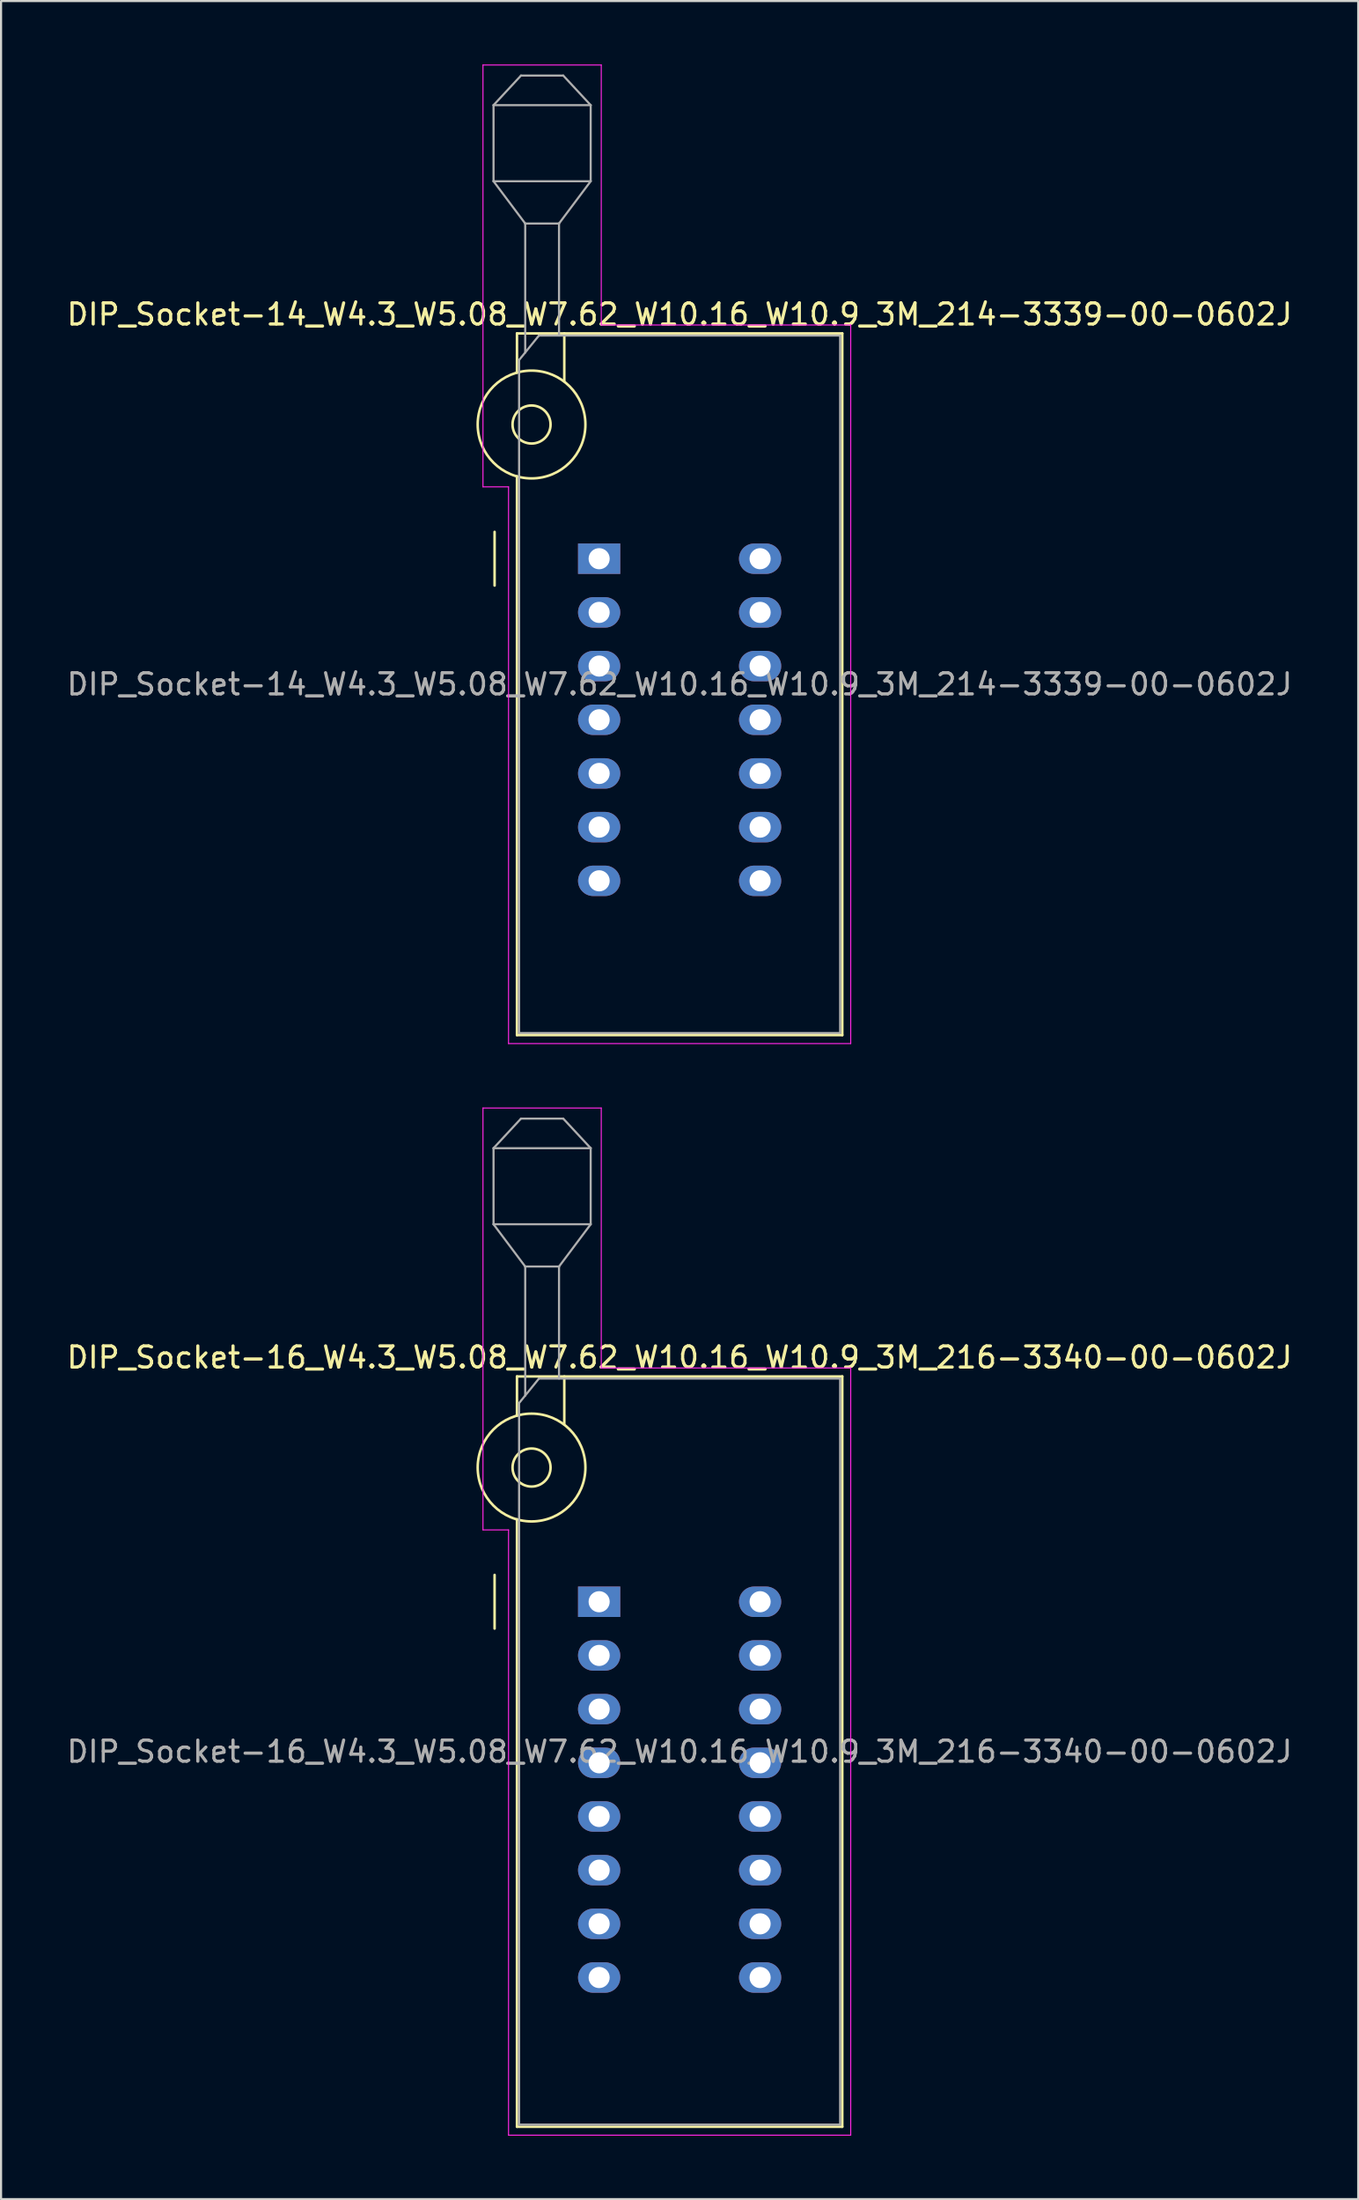
<source format=kicad_pcb>
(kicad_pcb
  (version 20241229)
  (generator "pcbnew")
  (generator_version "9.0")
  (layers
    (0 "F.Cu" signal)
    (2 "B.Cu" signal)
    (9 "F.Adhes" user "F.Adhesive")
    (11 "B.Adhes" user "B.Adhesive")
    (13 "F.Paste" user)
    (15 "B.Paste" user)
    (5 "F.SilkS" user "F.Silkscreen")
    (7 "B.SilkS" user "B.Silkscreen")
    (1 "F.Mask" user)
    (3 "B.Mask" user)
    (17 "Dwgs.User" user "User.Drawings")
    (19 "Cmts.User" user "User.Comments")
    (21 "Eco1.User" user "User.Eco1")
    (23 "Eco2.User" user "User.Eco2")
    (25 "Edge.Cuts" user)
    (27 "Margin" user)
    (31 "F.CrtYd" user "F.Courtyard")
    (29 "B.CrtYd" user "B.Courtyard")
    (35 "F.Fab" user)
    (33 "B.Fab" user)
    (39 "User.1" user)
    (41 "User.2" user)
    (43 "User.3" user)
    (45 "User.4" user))
  (footprint "DIP_Socket-16_W4.3_W5.08_W7.62_W10.16_W10.9_3M_216-3340-00-0602J"
    (layer "F.Cu")
    (at 25.315 72.735)
    (property "Reference" "DIP_Socket-16_W4.3_W5.08_W7.62_W10.16_W10.9_3M_216-3340-00-0602J" (at 3.81 -11.56 0) (layer "F.SilkS") (effects (font (size 1 1) (thickness 0.15))))
    (attr through_hole)
    (fp_line (start -4.95 1.27) (end -4.95 -1.27) (stroke (width 0.12) (type solid)) (layer "F.SilkS"))
    (fp_line (start -3.89 -10.66) (end -3.89 -8.8) (stroke (width 0.12) (type solid)) (layer "F.SilkS"))
    (fp_line (start -3.89 -3.9) (end -3.89 24.84) (stroke (width 0.12) (type solid)) (layer "F.SilkS"))
    (fp_line (start -3.89 24.84) (end 11.51 24.84) (stroke (width 0.12) (type solid)) (layer "F.SilkS"))
    (fp_line (start -1.65 -10.66) (end -1.65 -8.4) (stroke (width 0.12) (type solid)) (layer "F.SilkS"))
    (fp_line (start 11.51 -10.66) (end -3.89 -10.66) (stroke (width 0.12) (type solid)) (layer "F.SilkS"))
    (fp_line (start 11.51 24.84) (end 11.51 -10.66) (stroke (width 0.12) (type solid)) (layer "F.SilkS"))
    (fp_circle (center -3.2 -6.35) (end -2.3 -6.35) (stroke (width 0.12) (type solid)) (fill no) (layer "F.SilkS"))
    (fp_circle (center -3.2 -6.35) (end -0.65 -6.35) (stroke (width 0.12) (type solid)) (fill no) (layer "F.SilkS"))
    (fp_line (start -5.5 -23.36) (end 0.1 -23.36) (stroke (width 0.05) (type solid)) (layer "F.CrtYd"))
    (fp_line (start -5.5 -3.4) (end -5.5 -23.36) (stroke (width 0.05) (type solid)) (layer "F.CrtYd"))
    (fp_line (start -4.29 -3.4) (end -5.5 -3.4) (stroke (width 0.05) (type solid)) (layer "F.CrtYd"))
    (fp_line (start -4.29 25.24) (end -4.29 -3.4) (stroke (width 0.05) (type solid)) (layer "F.CrtYd"))
    (fp_line (start 0.1 -23.36) (end 0.1 -11.06) (stroke (width 0.05) (type solid)) (layer "F.CrtYd"))
    (fp_line (start 0.1 -11.06) (end 11.91 -11.06) (stroke (width 0.05) (type solid)) (layer "F.CrtYd"))
    (fp_line (start 11.91 -11.06) (end 11.91 25.24) (stroke (width 0.05) (type solid)) (layer "F.CrtYd"))
    (fp_line (start 11.91 25.24) (end -4.29 25.24) (stroke (width 0.05) (type solid)) (layer "F.CrtYd"))
    (fp_line (start -5 -21.46) (end -5 -17.86) (stroke (width 0.1) (type solid)) (layer "F.Fab"))
    (fp_line (start -5 -21.46) (end -3.7 -22.86) (stroke (width 0.1) (type solid)) (layer "F.Fab"))
    (fp_line (start -5 -17.86) (end -3.5 -15.86) (stroke (width 0.1) (type solid)) (layer "F.Fab"))
    (fp_line (start -5 -17.86) (end -0.4 -17.86) (stroke (width 0.1) (type solid)) (layer "F.Fab"))
    (fp_line (start -3.79 -9.4) (end -2.85 -10.56) (stroke (width 0.1) (type solid)) (layer "F.Fab"))
    (fp_line (start -3.79 24.74) (end -3.79 -9.4) (stroke (width 0.1) (type solid)) (layer "F.Fab"))
    (fp_line (start -3.7 -22.86) (end -1.7 -22.86) (stroke (width 0.1) (type solid)) (layer "F.Fab"))
    (fp_line (start -3.5 -15.86) (end -1.9 -15.86) (stroke (width 0.1) (type solid)) (layer "F.Fab"))
    (fp_line (start -3.5 -9.75) (end -3.5 -15.86) (stroke (width 0.1) (type solid)) (layer "F.Fab"))
    (fp_line (start -2.85 -10.56) (end 11.41 -10.56) (stroke (width 0.1) (type solid)) (layer "F.Fab"))
    (fp_line (start -1.9 -15.86) (end -1.9 -10.56) (stroke (width 0.1) (type solid)) (layer "F.Fab"))
    (fp_line (start -1.7 -22.86) (end -0.4 -21.46) (stroke (width 0.1) (type solid)) (layer "F.Fab"))
    (fp_line (start -0.4 -21.46) (end -5 -21.46) (stroke (width 0.1) (type solid)) (layer "F.Fab"))
    (fp_line (start -0.4 -17.86) (end -1.9 -15.86) (stroke (width 0.1) (type solid)) (layer "F.Fab"))
    (fp_line (start -0.4 -17.86) (end -0.4 -21.46) (stroke (width 0.1) (type solid)) (layer "F.Fab"))
    (fp_line (start 11.41 -10.56) (end 11.41 24.74) (stroke (width 0.1) (type solid)) (layer "F.Fab"))
    (fp_line (start 11.41 24.74) (end -3.79 24.74) (stroke (width 0.1) (type solid)) (layer "F.Fab"))
    (fp_text user "${REFERENCE}" (at 3.81 7.09 0) (layer "F.Fab") (effects (font (size 1 1) (thickness 0.15))))
    (pad "1" thru_hole rect (at 0 0) (size 2 1.44) (drill 1) (layers "*.Cu" "*.Mask"))
    (pad "2" thru_hole oval (at 0 2.54) (size 2 1.44) (drill 1) (layers "*.Cu" "*.Mask"))
    (pad "3" thru_hole oval (at 0 5.08) (size 2 1.44) (drill 1) (layers "*.Cu" "*.Mask"))
    (pad "4" thru_hole oval (at 0 7.62) (size 2 1.44) (drill 1) (layers "*.Cu" "*.Mask"))
    (pad "5" thru_hole oval (at 0 10.16) (size 2 1.44) (drill 1) (layers "*.Cu" "*.Mask"))
    (pad "6" thru_hole oval (at 0 12.7) (size 2 1.44) (drill 1) (layers "*.Cu" "*.Mask"))
    (pad "7" thru_hole oval (at 0 15.24) (size 2 1.44) (drill 1) (layers "*.Cu" "*.Mask"))
    (pad "8" thru_hole oval (at 0 17.78) (size 2 1.44) (drill 1) (layers "*.Cu" "*.Mask"))
    (pad "9" thru_hole oval (at 7.62 17.78) (size 2 1.44) (drill 1) (layers "*.Cu" "*.Mask"))
    (pad "10" thru_hole oval (at 7.62 15.24) (size 2 1.44) (drill 1) (layers "*.Cu" "*.Mask"))
    (pad "11" thru_hole oval (at 7.62 12.7) (size 2 1.44) (drill 1) (layers "*.Cu" "*.Mask"))
    (pad "12" thru_hole oval (at 7.62 10.16) (size 2 1.44) (drill 1) (layers "*.Cu" "*.Mask"))
    (pad "13" thru_hole oval (at 7.62 7.62) (size 2 1.44) (drill 1) (layers "*.Cu" "*.Mask"))
    (pad "14" thru_hole oval (at 7.62 5.08) (size 2 1.44) (drill 1) (layers "*.Cu" "*.Mask"))
    (pad "15" thru_hole oval (at 7.62 2.54) (size 2 1.44) (drill 1) (layers "*.Cu" "*.Mask"))
    (pad "16" thru_hole oval (at 7.62 0) (size 2 1.44) (drill 1) (layers "*.Cu" "*.Mask")))
  (footprint "DIP_Socket-14_W4.3_W5.08_W7.62_W10.16_W10.9_3M_214-3339-00-0602J"
    (layer "F.Cu")
    (at 25.315 23.385)
    (property "Reference" "DIP_Socket-14_W4.3_W5.08_W7.62_W10.16_W10.9_3M_214-3339-00-0602J" (at 3.81 -11.56 0) (layer "F.SilkS") (effects (font (size 1 1) (thickness 0.15))))
    (attr through_hole)
    (fp_line (start -4.95 1.27) (end -4.95 -1.27) (stroke (width 0.12) (type solid)) (layer "F.SilkS"))
    (fp_line (start -3.89 -10.66) (end -3.89 -8.8) (stroke (width 0.12) (type solid)) (layer "F.SilkS"))
    (fp_line (start -3.89 -3.9) (end -3.89 22.54) (stroke (width 0.12) (type solid)) (layer "F.SilkS"))
    (fp_line (start -3.89 22.54) (end 11.51 22.54) (stroke (width 0.12) (type solid)) (layer "F.SilkS"))
    (fp_line (start -1.65 -10.66) (end -1.65 -8.4) (stroke (width 0.12) (type solid)) (layer "F.SilkS"))
    (fp_line (start 11.51 -10.66) (end -3.89 -10.66) (stroke (width 0.12) (type solid)) (layer "F.SilkS"))
    (fp_line (start 11.51 22.54) (end 11.51 -10.66) (stroke (width 0.12) (type solid)) (layer "F.SilkS"))
    (fp_circle (center -3.2 -6.35) (end -2.3 -6.35) (stroke (width 0.12) (type solid)) (fill no) (layer "F.SilkS"))
    (fp_circle (center -3.2 -6.35) (end -0.65 -6.35) (stroke (width 0.12) (type solid)) (fill no) (layer "F.SilkS"))
    (fp_line (start -5.5 -23.36) (end 0.1 -23.36) (stroke (width 0.05) (type solid)) (layer "F.CrtYd"))
    (fp_line (start -5.5 -3.4) (end -5.5 -23.36) (stroke (width 0.05) (type solid)) (layer "F.CrtYd"))
    (fp_line (start -4.29 -3.4) (end -5.5 -3.4) (stroke (width 0.05) (type solid)) (layer "F.CrtYd"))
    (fp_line (start -4.29 22.94) (end -4.29 -3.4) (stroke (width 0.05) (type solid)) (layer "F.CrtYd"))
    (fp_line (start 0.1 -23.36) (end 0.1 -11.06) (stroke (width 0.05) (type solid)) (layer "F.CrtYd"))
    (fp_line (start 0.1 -11.06) (end 11.91 -11.06) (stroke (width 0.05) (type solid)) (layer "F.CrtYd"))
    (fp_line (start 11.91 -11.06) (end 11.91 22.94) (stroke (width 0.05) (type solid)) (layer "F.CrtYd"))
    (fp_line (start 11.91 22.94) (end -4.29 22.94) (stroke (width 0.05) (type solid)) (layer "F.CrtYd"))
    (fp_line (start -5 -21.46) (end -5 -17.86) (stroke (width 0.1) (type solid)) (layer "F.Fab"))
    (fp_line (start -5 -21.46) (end -3.7 -22.86) (stroke (width 0.1) (type solid)) (layer "F.Fab"))
    (fp_line (start -5 -17.86) (end -3.5 -15.86) (stroke (width 0.1) (type solid)) (layer "F.Fab"))
    (fp_line (start -5 -17.86) (end -0.4 -17.86) (stroke (width 0.1) (type solid)) (layer "F.Fab"))
    (fp_line (start -3.79 -9.4) (end -2.85 -10.56) (stroke (width 0.1) (type solid)) (layer "F.Fab"))
    (fp_line (start -3.79 22.44) (end -3.79 -9.4) (stroke (width 0.1) (type solid)) (layer "F.Fab"))
    (fp_line (start -3.7 -22.86) (end -1.7 -22.86) (stroke (width 0.1) (type solid)) (layer "F.Fab"))
    (fp_line (start -3.5 -15.86) (end -1.9 -15.86) (stroke (width 0.1) (type solid)) (layer "F.Fab"))
    (fp_line (start -3.5 -9.75) (end -3.5 -15.86) (stroke (width 0.1) (type solid)) (layer "F.Fab"))
    (fp_line (start -2.85 -10.56) (end 11.41 -10.56) (stroke (width 0.1) (type solid)) (layer "F.Fab"))
    (fp_line (start -1.9 -15.86) (end -1.9 -10.56) (stroke (width 0.1) (type solid)) (layer "F.Fab"))
    (fp_line (start -1.7 -22.86) (end -0.4 -21.46) (stroke (width 0.1) (type solid)) (layer "F.Fab"))
    (fp_line (start -0.4 -21.46) (end -5 -21.46) (stroke (width 0.1) (type solid)) (layer "F.Fab"))
    (fp_line (start -0.4 -17.86) (end -1.9 -15.86) (stroke (width 0.1) (type solid)) (layer "F.Fab"))
    (fp_line (start -0.4 -17.86) (end -0.4 -21.46) (stroke (width 0.1) (type solid)) (layer "F.Fab"))
    (fp_line (start 11.41 -10.56) (end 11.41 22.44) (stroke (width 0.1) (type solid)) (layer "F.Fab"))
    (fp_line (start 11.41 22.44) (end -3.79 22.44) (stroke (width 0.1) (type solid)) (layer "F.Fab"))
    (fp_text user "${REFERENCE}" (at 3.81 5.94 0) (layer "F.Fab") (effects (font (size 1 1) (thickness 0.15))))
    (pad "1" thru_hole rect (at 0 0) (size 2 1.44) (drill 1) (layers "*.Cu" "*.Mask"))
    (pad "2" thru_hole oval (at 0 2.54) (size 2 1.44) (drill 1) (layers "*.Cu" "*.Mask"))
    (pad "3" thru_hole oval (at 0 5.08) (size 2 1.44) (drill 1) (layers "*.Cu" "*.Mask"))
    (pad "4" thru_hole oval (at 0 7.62) (size 2 1.44) (drill 1) (layers "*.Cu" "*.Mask"))
    (pad "5" thru_hole oval (at 0 10.16) (size 2 1.44) (drill 1) (layers "*.Cu" "*.Mask"))
    (pad "6" thru_hole oval (at 0 12.7) (size 2 1.44) (drill 1) (layers "*.Cu" "*.Mask"))
    (pad "7" thru_hole oval (at 0 15.24) (size 2 1.44) (drill 1) (layers "*.Cu" "*.Mask"))
    (pad "8" thru_hole oval (at 7.62 15.24) (size 2 1.44) (drill 1) (layers "*.Cu" "*.Mask"))
    (pad "9" thru_hole oval (at 7.62 12.7) (size 2 1.44) (drill 1) (layers "*.Cu" "*.Mask"))
    (pad "10" thru_hole oval (at 7.62 10.16) (size 2 1.44) (drill 1) (layers "*.Cu" "*.Mask"))
    (pad "11" thru_hole oval (at 7.62 7.62) (size 2 1.44) (drill 1) (layers "*.Cu" "*.Mask"))
    (pad "12" thru_hole oval (at 7.62 5.08) (size 2 1.44) (drill 1) (layers "*.Cu" "*.Mask"))
    (pad "13" thru_hole oval (at 7.62 2.54) (size 2 1.44) (drill 1) (layers "*.Cu" "*.Mask"))
    (pad "14" thru_hole oval (at 7.62 0) (size 2 1.44) (drill 1) (layers "*.Cu" "*.Mask")))
  (gr_rect
    (start -3 -3)
    (end 61.25 101)
    (stroke (width 0.1) (type default))
    (fill no)
    (layer "Edge.Cuts")))
</source>
